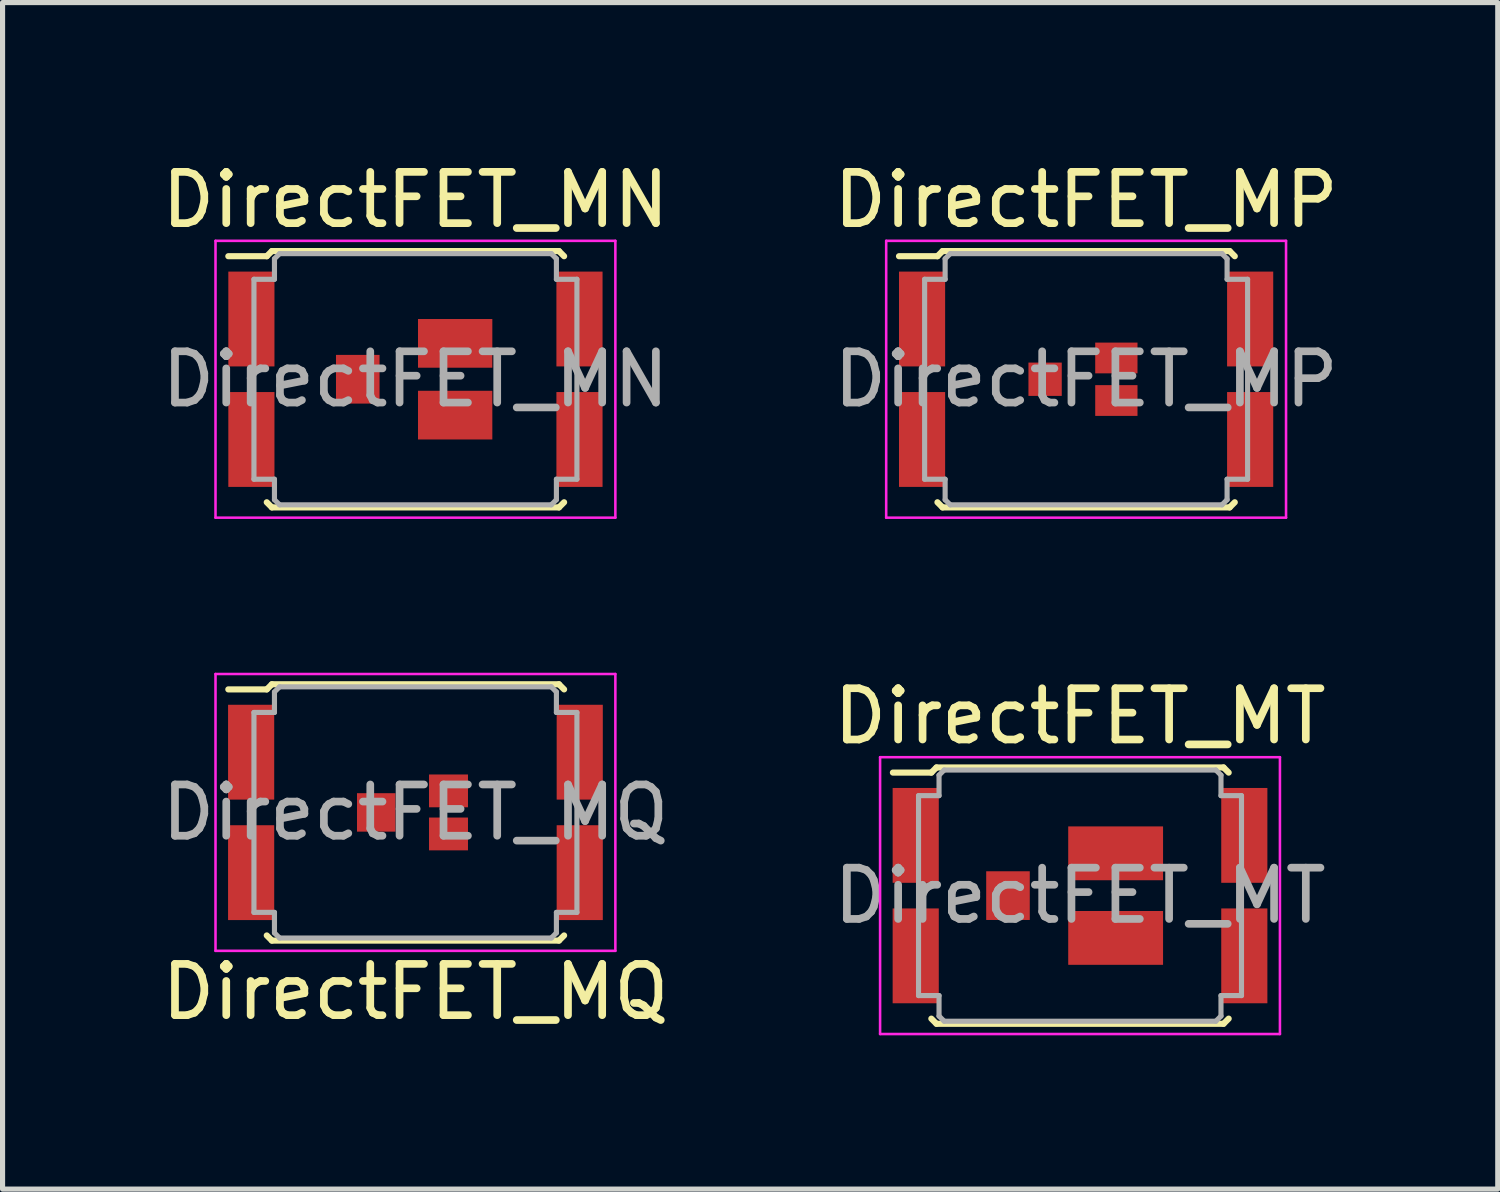
<source format=kicad_pcb>
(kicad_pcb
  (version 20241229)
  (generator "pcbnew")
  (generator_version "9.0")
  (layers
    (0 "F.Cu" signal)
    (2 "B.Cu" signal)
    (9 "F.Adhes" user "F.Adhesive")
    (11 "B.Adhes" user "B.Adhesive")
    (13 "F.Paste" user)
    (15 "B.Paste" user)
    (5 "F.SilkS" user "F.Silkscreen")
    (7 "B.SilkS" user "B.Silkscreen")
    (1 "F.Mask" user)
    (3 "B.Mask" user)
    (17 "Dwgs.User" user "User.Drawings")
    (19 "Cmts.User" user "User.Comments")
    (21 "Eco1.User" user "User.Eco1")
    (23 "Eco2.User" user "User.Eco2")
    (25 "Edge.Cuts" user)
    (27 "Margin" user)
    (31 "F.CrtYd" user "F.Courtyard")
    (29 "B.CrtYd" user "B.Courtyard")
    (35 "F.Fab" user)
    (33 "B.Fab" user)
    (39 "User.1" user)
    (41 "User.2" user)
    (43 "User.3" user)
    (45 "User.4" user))
  (footprint "DirectFET_MQ"
    (layer "F.Cu")
    (at 5.054 12.798)
    (property "Reference" "DirectFET_MQ" (at 0 3.5 0) (layer "F.SilkS") (effects (font (size 1 1) (thickness 0.15))))
    (attr smd)
    (fp_line (start -3.65 -2.4) (end -2.9 -2.4) (stroke (width 0.12) (type solid)) (layer "F.SilkS"))
    (fp_line (start -2.9 -2.4) (end -2.8 -2.5) (stroke (width 0.12) (type solid)) (layer "F.SilkS"))
    (fp_line (start -2.8 -2.5) (end 2.8 -2.5) (stroke (width 0.12) (type solid)) (layer "F.SilkS"))
    (fp_line (start -2.8 2.5) (end -2.9 2.4) (stroke (width 0.12) (type solid)) (layer "F.SilkS"))
    (fp_line (start 2.8 -2.5) (end 2.9 -2.4) (stroke (width 0.12) (type solid)) (layer "F.SilkS"))
    (fp_line (start 2.8 2.5) (end -2.8 2.5) (stroke (width 0.12) (type solid)) (layer "F.SilkS"))
    (fp_line (start 2.9 2.4) (end 2.8 2.5) (stroke (width 0.12) (type solid)) (layer "F.SilkS"))
    (fp_line (start -3.9 -2.7) (end -3.9 2.7) (stroke (width 0.05) (type solid)) (layer "F.CrtYd"))
    (fp_line (start -3.9 2.7) (end 3.9 2.7) (stroke (width 0.05) (type solid)) (layer "F.CrtYd"))
    (fp_line (start 3.9 -2.7) (end -3.9 -2.7) (stroke (width 0.05) (type solid)) (layer "F.CrtYd"))
    (fp_line (start 3.9 2.7) (end 3.9 -2.7) (stroke (width 0.05) (type solid)) (layer "F.CrtYd"))
    (fp_line (start -3.15 -1.95) (end -2.75 -1.95) (stroke (width 0.1) (type solid)) (layer "F.Fab"))
    (fp_line (start -3.15 1.95) (end -3.15 -1.95) (stroke (width 0.1) (type solid)) (layer "F.Fab"))
    (fp_line (start -3.15 1.95) (end -2.75 1.95) (stroke (width 0.1) (type solid)) (layer "F.Fab"))
    (fp_line (start -2.75 -2.35) (end -2.65 -2.45) (stroke (width 0.1) (type solid)) (layer "F.Fab"))
    (fp_line (start -2.75 -1.95) (end -2.75 -2.35) (stroke (width 0.1) (type solid)) (layer "F.Fab"))
    (fp_line (start -2.75 1.95) (end -2.75 2.35) (stroke (width 0.1) (type solid)) (layer "F.Fab"))
    (fp_line (start -2.75 2.35) (end -2.65 2.45) (stroke (width 0.1) (type solid)) (layer "F.Fab"))
    (fp_line (start -2.65 2.45) (end 2.65 2.45) (stroke (width 0.1) (type solid)) (layer "F.Fab"))
    (fp_line (start 2.65 -2.45) (end -2.65 -2.45) (stroke (width 0.1) (type solid)) (layer "F.Fab"))
    (fp_line (start 2.65 -2.45) (end 2.75 -2.35) (stroke (width 0.1) (type solid)) (layer "F.Fab"))
    (fp_line (start 2.75 -2.35) (end 2.75 -1.95) (stroke (width 0.1) (type solid)) (layer "F.Fab"))
    (fp_line (start 2.75 -1.95) (end 3.15 -1.95) (stroke (width 0.1) (type solid)) (layer "F.Fab"))
    (fp_line (start 2.75 1.95) (end 2.75 2.35) (stroke (width 0.1) (type solid)) (layer "F.Fab"))
    (fp_line (start 2.75 2.35) (end 2.65 2.45) (stroke (width 0.1) (type solid)) (layer "F.Fab"))
    (fp_line (start 3.15 -1.95) (end 3.15 1.95) (stroke (width 0.1) (type solid)) (layer "F.Fab"))
    (fp_line (start 3.15 1.95) (end 2.75 1.95) (stroke (width 0.1) (type solid)) (layer "F.Fab"))
    (fp_text user "${REFERENCE}" (at 0 0 0) (layer "F.Fab") (effects (font (size 1 1) (thickness 0.15))))
    (pad "1" smd rect (at -3.205 -1.175) (size 0.9 1.85) (layers "F.Cu" "F.Mask" "F.Paste"))
    (pad "1" smd rect (at -3.205 1.175) (size 0.9 1.85) (layers "F.Cu" "F.Mask" "F.Paste"))
    (pad "1" smd rect (at 3.205 -1.175) (size 0.9 1.85) (layers "F.Cu" "F.Mask" "F.Paste"))
    (pad "1" smd rect (at 3.205 1.175) (size 0.9 1.85) (layers "F.Cu" "F.Mask" "F.Paste"))
    (pad "2" smd rect (at -0.765 0) (size 0.75 0.75) (layers "F.Cu" "F.Mask" "F.Paste"))
    (pad "3" smd rect (at 0.645 -0.42) (size 0.76 0.64) (layers "F.Cu" "F.Mask" "F.Paste"))
    (pad "3" smd rect (at 0.645 0.42) (size 0.76 0.64) (layers "F.Cu" "F.Mask" "F.Paste")))
  (footprint "DirectFET_MT"
    (layer "F.Cu")
    (at 18.018 14.421)
    (property "Reference" "DirectFET_MT" (at 0 -3.5 0) (layer "F.SilkS") (effects (font (size 1 1) (thickness 0.15))))
    (attr smd)
    (fp_line (start -3.65 -2.4) (end -2.9 -2.4) (stroke (width 0.12) (type solid)) (layer "F.SilkS"))
    (fp_line (start -2.9 -2.4) (end -2.8 -2.5) (stroke (width 0.12) (type solid)) (layer "F.SilkS"))
    (fp_line (start -2.8 -2.5) (end 2.8 -2.5) (stroke (width 0.12) (type solid)) (layer "F.SilkS"))
    (fp_line (start -2.8 2.5) (end -2.9 2.4) (stroke (width 0.12) (type solid)) (layer "F.SilkS"))
    (fp_line (start 2.8 -2.5) (end 2.9 -2.4) (stroke (width 0.12) (type solid)) (layer "F.SilkS"))
    (fp_line (start 2.8 2.5) (end -2.8 2.5) (stroke (width 0.12) (type solid)) (layer "F.SilkS"))
    (fp_line (start 2.9 2.4) (end 2.8 2.5) (stroke (width 0.12) (type solid)) (layer "F.SilkS"))
    (fp_line (start -3.9 -2.7) (end -3.9 2.7) (stroke (width 0.05) (type solid)) (layer "F.CrtYd"))
    (fp_line (start -3.9 2.7) (end 3.9 2.7) (stroke (width 0.05) (type solid)) (layer "F.CrtYd"))
    (fp_line (start 3.9 -2.7) (end -3.9 -2.7) (stroke (width 0.05) (type solid)) (layer "F.CrtYd"))
    (fp_line (start 3.9 2.7) (end 3.9 -2.7) (stroke (width 0.05) (type solid)) (layer "F.CrtYd"))
    (fp_line (start -3.15 -1.95) (end -2.75 -1.95) (stroke (width 0.1) (type solid)) (layer "F.Fab"))
    (fp_line (start -3.15 1.95) (end -3.15 -1.95) (stroke (width 0.1) (type solid)) (layer "F.Fab"))
    (fp_line (start -3.15 1.95) (end -2.75 1.95) (stroke (width 0.1) (type solid)) (layer "F.Fab"))
    (fp_line (start -2.75 -2.35) (end -2.65 -2.45) (stroke (width 0.1) (type solid)) (layer "F.Fab"))
    (fp_line (start -2.75 -1.95) (end -2.75 -2.35) (stroke (width 0.1) (type solid)) (layer "F.Fab"))
    (fp_line (start -2.75 1.95) (end -2.75 2.35) (stroke (width 0.1) (type solid)) (layer "F.Fab"))
    (fp_line (start -2.75 2.35) (end -2.65 2.45) (stroke (width 0.1) (type solid)) (layer "F.Fab"))
    (fp_line (start -2.65 2.45) (end 2.65 2.45) (stroke (width 0.1) (type solid)) (layer "F.Fab"))
    (fp_line (start 2.65 -2.45) (end -2.65 -2.45) (stroke (width 0.1) (type solid)) (layer "F.Fab"))
    (fp_line (start 2.65 -2.45) (end 2.75 -2.35) (stroke (width 0.1) (type solid)) (layer "F.Fab"))
    (fp_line (start 2.75 -2.35) (end 2.75 -1.95) (stroke (width 0.1) (type solid)) (layer "F.Fab"))
    (fp_line (start 2.75 -1.95) (end 3.15 -1.95) (stroke (width 0.1) (type solid)) (layer "F.Fab"))
    (fp_line (start 2.75 1.95) (end 2.75 2.35) (stroke (width 0.1) (type solid)) (layer "F.Fab"))
    (fp_line (start 2.75 2.35) (end 2.65 2.45) (stroke (width 0.1) (type solid)) (layer "F.Fab"))
    (fp_line (start 3.15 -1.95) (end 3.15 1.95) (stroke (width 0.1) (type solid)) (layer "F.Fab"))
    (fp_line (start 3.15 1.95) (end 2.75 1.95) (stroke (width 0.1) (type solid)) (layer "F.Fab"))
    (fp_text user "${REFERENCE}" (at 0 0 0) (layer "F.Fab") (effects (font (size 1 1) (thickness 0.15))))
    (pad "1" smd rect (at -3.205 -1.175) (size 0.9 1.85) (layers "F.Cu" "F.Mask" "F.Paste"))
    (pad "1" smd rect (at -3.205 1.175) (size 0.9 1.85) (layers "F.Cu" "F.Mask" "F.Paste"))
    (pad "1" smd rect (at 3.205 -1.175) (size 0.9 1.85) (layers "F.Cu" "F.Mask" "F.Paste"))
    (pad "1" smd rect (at 3.205 1.175) (size 0.9 1.85) (layers "F.Cu" "F.Mask" "F.Paste"))
    (pad "2" smd rect (at -1.405 0) (size 0.85 0.95) (layers "F.Cu" "F.Mask" "F.Paste"))
    (pad "3" smd rect (at 0.695 -0.825) (size 1.85 1.05) (layers "F.Cu" "F.Mask" "F.Paste"))
    (pad "3" smd rect (at 0.695 0.825) (size 1.85 1.05) (layers "F.Cu" "F.Mask" "F.Paste")))
  (footprint "DirectFET_MN"
    (layer "F.Cu")
    (at 5.054 4.348)
    (property "Reference" "DirectFET_MN" (at 0 -3.5 0) (layer "F.SilkS") (effects (font (size 1 1) (thickness 0.15))))
    (attr smd)
    (fp_line (start -3.65 -2.4) (end -2.9 -2.4) (stroke (width 0.12) (type solid)) (layer "F.SilkS"))
    (fp_line (start -2.9 -2.4) (end -2.8 -2.5) (stroke (width 0.12) (type solid)) (layer "F.SilkS"))
    (fp_line (start -2.8 -2.5) (end 2.8 -2.5) (stroke (width 0.12) (type solid)) (layer "F.SilkS"))
    (fp_line (start -2.8 2.5) (end -2.9 2.4) (stroke (width 0.12) (type solid)) (layer "F.SilkS"))
    (fp_line (start 2.8 -2.5) (end 2.9 -2.4) (stroke (width 0.12) (type solid)) (layer "F.SilkS"))
    (fp_line (start 2.8 2.5) (end -2.8 2.5) (stroke (width 0.12) (type solid)) (layer "F.SilkS"))
    (fp_line (start 2.9 2.4) (end 2.8 2.5) (stroke (width 0.12) (type solid)) (layer "F.SilkS"))
    (fp_line (start -3.9 -2.7) (end -3.9 2.7) (stroke (width 0.05) (type solid)) (layer "F.CrtYd"))
    (fp_line (start -3.9 2.7) (end 3.9 2.7) (stroke (width 0.05) (type solid)) (layer "F.CrtYd"))
    (fp_line (start 3.9 -2.7) (end -3.9 -2.7) (stroke (width 0.05) (type solid)) (layer "F.CrtYd"))
    (fp_line (start 3.9 2.7) (end 3.9 -2.7) (stroke (width 0.05) (type solid)) (layer "F.CrtYd"))
    (fp_line (start -3.15 -1.95) (end -2.75 -1.95) (stroke (width 0.1) (type solid)) (layer "F.Fab"))
    (fp_line (start -3.15 1.95) (end -3.15 -1.95) (stroke (width 0.1) (type solid)) (layer "F.Fab"))
    (fp_line (start -3.15 1.95) (end -2.75 1.95) (stroke (width 0.1) (type solid)) (layer "F.Fab"))
    (fp_line (start -2.75 -2.35) (end -2.65 -2.45) (stroke (width 0.1) (type solid)) (layer "F.Fab"))
    (fp_line (start -2.75 -1.95) (end -2.75 -2.35) (stroke (width 0.1) (type solid)) (layer "F.Fab"))
    (fp_line (start -2.75 1.95) (end -2.75 2.35) (stroke (width 0.1) (type solid)) (layer "F.Fab"))
    (fp_line (start -2.75 2.35) (end -2.65 2.45) (stroke (width 0.1) (type solid)) (layer "F.Fab"))
    (fp_line (start -2.65 2.45) (end 2.65 2.45) (stroke (width 0.1) (type solid)) (layer "F.Fab"))
    (fp_line (start 2.65 -2.45) (end -2.65 -2.45) (stroke (width 0.1) (type solid)) (layer "F.Fab"))
    (fp_line (start 2.65 -2.45) (end 2.75 -2.35) (stroke (width 0.1) (type solid)) (layer "F.Fab"))
    (fp_line (start 2.75 -2.35) (end 2.75 -1.95) (stroke (width 0.1) (type solid)) (layer "F.Fab"))
    (fp_line (start 2.75 -1.95) (end 3.15 -1.95) (stroke (width 0.1) (type solid)) (layer "F.Fab"))
    (fp_line (start 2.75 1.95) (end 2.75 2.35) (stroke (width 0.1) (type solid)) (layer "F.Fab"))
    (fp_line (start 2.75 2.35) (end 2.65 2.45) (stroke (width 0.1) (type solid)) (layer "F.Fab"))
    (fp_line (start 3.15 -1.95) (end 3.15 1.95) (stroke (width 0.1) (type solid)) (layer "F.Fab"))
    (fp_line (start 3.15 1.95) (end 2.75 1.95) (stroke (width 0.1) (type solid)) (layer "F.Fab"))
    (fp_text user "${REFERENCE}" (at 0 0 0) (layer "F.Fab") (effects (font (size 1 1) (thickness 0.15))))
    (pad "1" smd rect (at -3.2 -1.175) (size 0.9 1.85) (layers "F.Cu" "F.Mask" "F.Paste"))
    (pad "1" smd rect (at -3.2 1.175) (size 0.9 1.85) (layers "F.Cu" "F.Mask" "F.Paste"))
    (pad "1" smd rect (at 3.2 -1.175) (size 0.9 1.85) (layers "F.Cu" "F.Mask" "F.Paste"))
    (pad "1" smd rect (at 3.2 1.175) (size 0.9 1.85) (layers "F.Cu" "F.Mask" "F.Paste"))
    (pad "2" smd rect (at -1.125 0) (size 0.85 0.95) (layers "F.Cu" "F.Mask" "F.Paste"))
    (pad "3" smd rect (at 0.775 -0.7) (size 1.45 0.95) (layers "F.Cu" "F.Mask" "F.Paste"))
    (pad "3" smd rect (at 0.775 0.7) (size 1.45 0.95) (layers "F.Cu" "F.Mask" "F.Paste")))
  (footprint "DirectFET_MP"
    (layer "F.Cu")
    (at 18.137 4.348)
    (property "Reference" "DirectFET_MP" (at 0 -3.5 0) (layer "F.SilkS") (effects (font (size 1 1) (thickness 0.15))))
    (attr smd)
    (fp_line (start -3.65 -2.4) (end -2.9 -2.4) (stroke (width 0.12) (type solid)) (layer "F.SilkS"))
    (fp_line (start -2.9 -2.4) (end -2.8 -2.5) (stroke (width 0.12) (type solid)) (layer "F.SilkS"))
    (fp_line (start -2.8 -2.5) (end 2.8 -2.5) (stroke (width 0.12) (type solid)) (layer "F.SilkS"))
    (fp_line (start -2.8 2.5) (end -2.9 2.4) (stroke (width 0.12) (type solid)) (layer "F.SilkS"))
    (fp_line (start 2.8 -2.5) (end 2.9 -2.4) (stroke (width 0.12) (type solid)) (layer "F.SilkS"))
    (fp_line (start 2.8 2.5) (end -2.8 2.5) (stroke (width 0.12) (type solid)) (layer "F.SilkS"))
    (fp_line (start 2.9 2.4) (end 2.8 2.5) (stroke (width 0.12) (type solid)) (layer "F.SilkS"))
    (fp_line (start -3.9 -2.7) (end -3.9 2.7) (stroke (width 0.05) (type solid)) (layer "F.CrtYd"))
    (fp_line (start -3.9 2.7) (end 3.9 2.7) (stroke (width 0.05) (type solid)) (layer "F.CrtYd"))
    (fp_line (start 3.9 -2.7) (end -3.9 -2.7) (stroke (width 0.05) (type solid)) (layer "F.CrtYd"))
    (fp_line (start 3.9 2.7) (end 3.9 -2.7) (stroke (width 0.05) (type solid)) (layer "F.CrtYd"))
    (fp_line (start -3.15 -1.95) (end -2.75 -1.95) (stroke (width 0.1) (type solid)) (layer "F.Fab"))
    (fp_line (start -3.15 1.95) (end -3.15 -1.95) (stroke (width 0.1) (type solid)) (layer "F.Fab"))
    (fp_line (start -3.15 1.95) (end -2.75 1.95) (stroke (width 0.1) (type solid)) (layer "F.Fab"))
    (fp_line (start -2.75 -2.35) (end -2.65 -2.45) (stroke (width 0.1) (type solid)) (layer "F.Fab"))
    (fp_line (start -2.75 -1.95) (end -2.75 -2.35) (stroke (width 0.1) (type solid)) (layer "F.Fab"))
    (fp_line (start -2.75 1.95) (end -2.75 2.35) (stroke (width 0.1) (type solid)) (layer "F.Fab"))
    (fp_line (start -2.75 2.35) (end -2.65 2.45) (stroke (width 0.1) (type solid)) (layer "F.Fab"))
    (fp_line (start -2.65 2.45) (end 2.65 2.45) (stroke (width 0.1) (type solid)) (layer "F.Fab"))
    (fp_line (start 2.65 -2.45) (end -2.65 -2.45) (stroke (width 0.1) (type solid)) (layer "F.Fab"))
    (fp_line (start 2.65 -2.45) (end 2.75 -2.35) (stroke (width 0.1) (type solid)) (layer "F.Fab"))
    (fp_line (start 2.75 -2.35) (end 2.75 -1.95) (stroke (width 0.1) (type solid)) (layer "F.Fab"))
    (fp_line (start 2.75 -1.95) (end 3.15 -1.95) (stroke (width 0.1) (type solid)) (layer "F.Fab"))
    (fp_line (start 2.75 1.95) (end 2.75 2.35) (stroke (width 0.1) (type solid)) (layer "F.Fab"))
    (fp_line (start 2.75 2.35) (end 2.65 2.45) (stroke (width 0.1) (type solid)) (layer "F.Fab"))
    (fp_line (start 3.15 -1.95) (end 3.15 1.95) (stroke (width 0.1) (type solid)) (layer "F.Fab"))
    (fp_line (start 3.15 1.95) (end 2.75 1.95) (stroke (width 0.1) (type solid)) (layer "F.Fab"))
    (fp_text user "${REFERENCE}" (at 0 0 0) (layer "F.Fab") (effects (font (size 1 1) (thickness 0.15))))
    (pad "1" smd rect (at -3.2 -1.175) (size 0.9 1.85) (layers "F.Cu" "F.Mask" "F.Paste"))
    (pad "1" smd rect (at -3.2 1.175) (size 0.9 1.85) (layers "F.Cu" "F.Mask" "F.Paste"))
    (pad "1" smd rect (at 3.2 -1.175) (size 0.9 1.85) (layers "F.Cu" "F.Mask" "F.Paste"))
    (pad "1" smd rect (at 3.2 1.175) (size 0.9 1.85) (layers "F.Cu" "F.Mask" "F.Paste"))
    (pad "2" smd rect (at -0.8 0) (size 0.65 0.65) (layers "F.Cu" "F.Mask" "F.Paste"))
    (pad "3" smd rect (at 0.59 -0.415) (size 0.825 0.6) (layers "F.Cu" "F.Mask" "F.Paste"))
    (pad "3" smd rect (at 0.59 0.415) (size 0.825 0.6) (layers "F.Cu" "F.Mask" "F.Paste")))
  (gr_rect
    (start -3 -3)
    (end 26.167 20.146)
    (stroke (width 0.1) (type default))
    (fill no)
    (layer "Edge.Cuts")))
</source>
